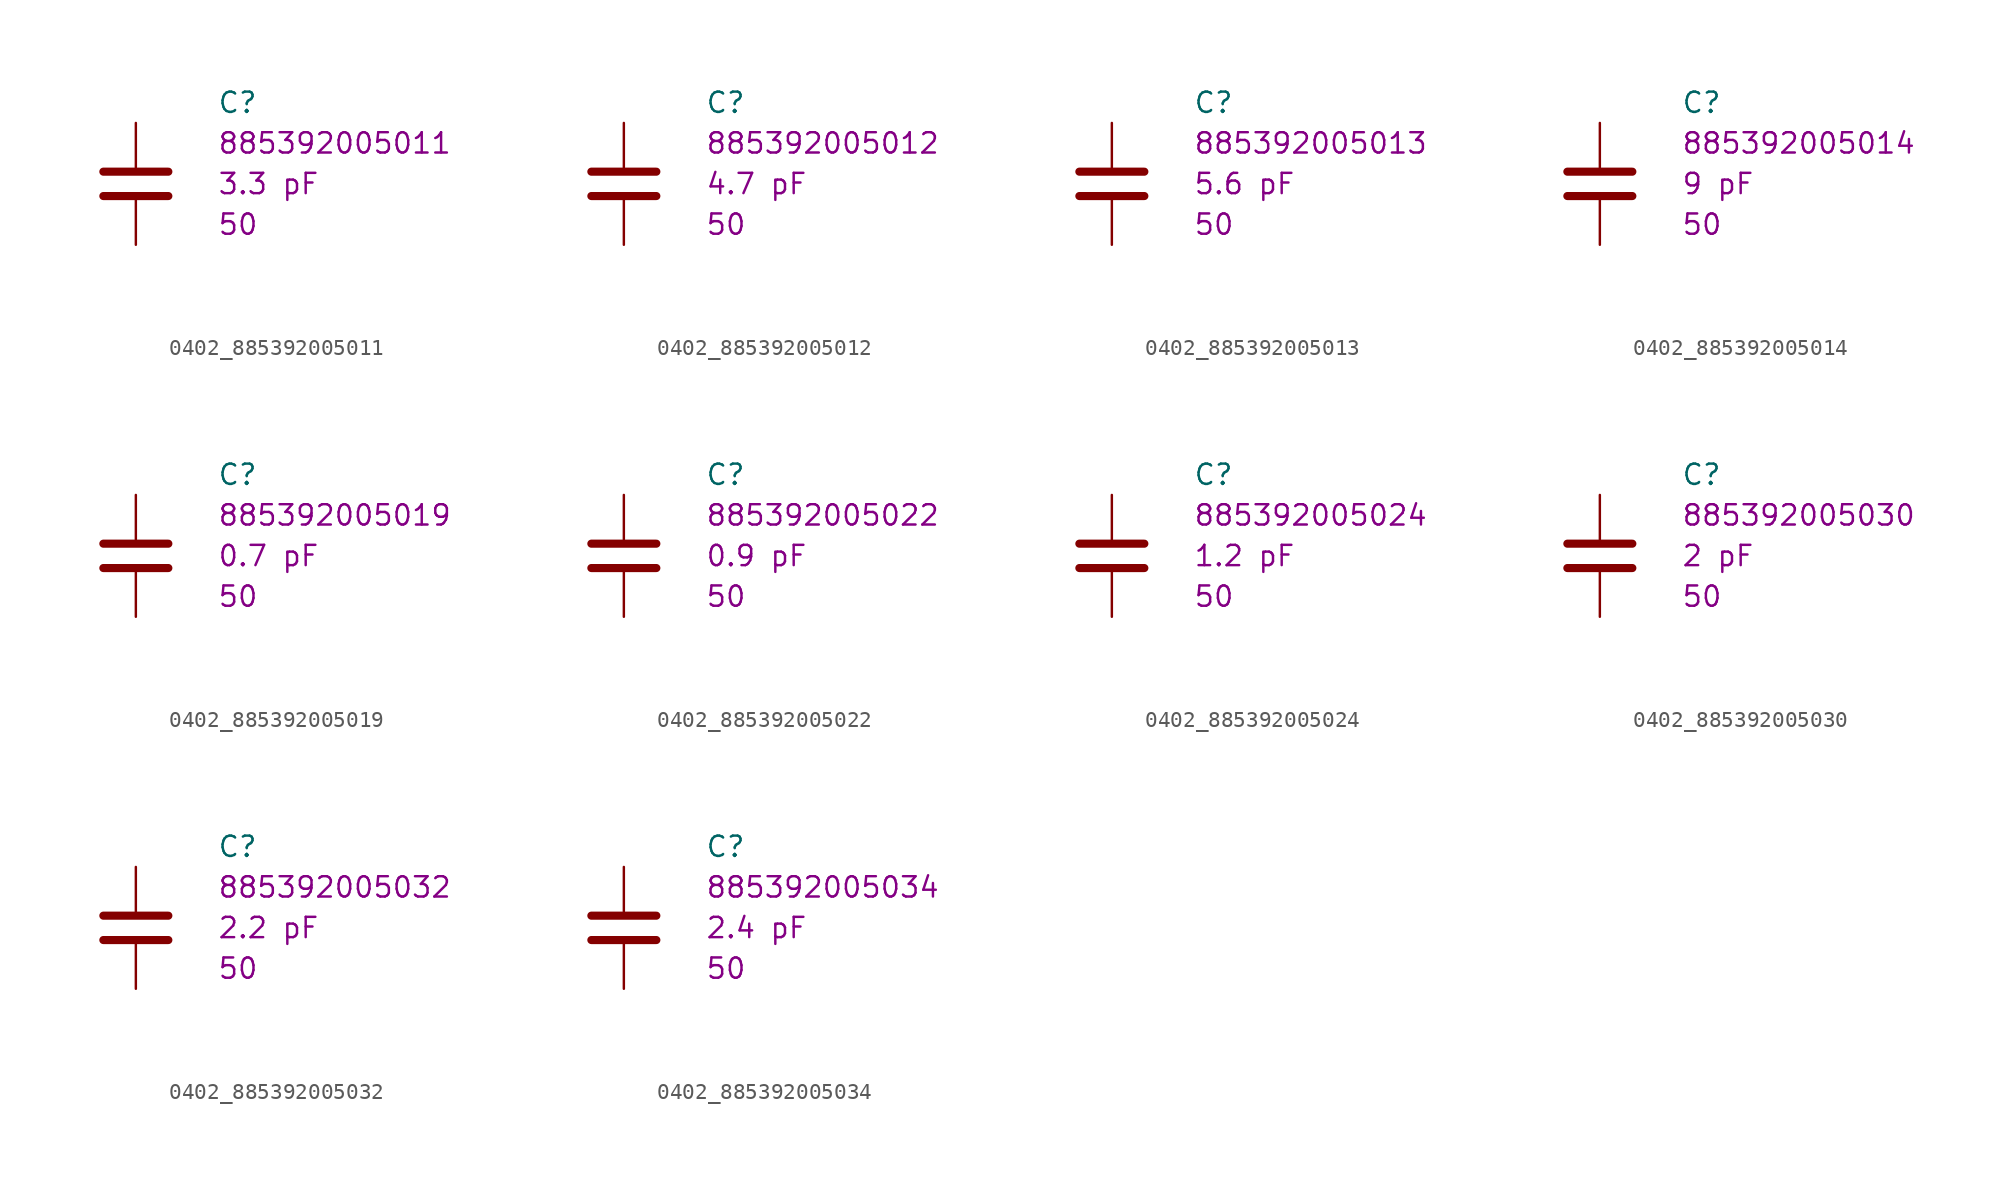
<source format=kicad_sym>
(kicad_symbol_lib
  (version 20220914)
  (generator kicad_symbol_editor)
  (symbol "0402_885392005011"
    (pin_numbers hide)
    (pin_names hide)
    (property "Reference" "C"
      (at 5.08 5.08 0)
      (effects (font (size 1.27 1.27)) (justify left)))
    (property "Part Number" "885392005011"
      (at 5.08 2.54 0)
      (effects (font (size 1.27 1.27)) (justify left)))
    (property "Capacitance" "3.3 pF"
      (at 5.08 0 0)
      (effects (font (size 1.27 1.27)) (justify left)))
    (property "Voltage" "50"
      (at 5.08 -2.54 0)
      (effects (font (size 1.27 1.27)) (justify left)))
    (property "Critical Parameter" ""
      (at 0 -7.62 0)
      (effects (font (size 1.27 1.27))))
    (symbol "0402_885392005011_0_1"
      (polyline (pts (xy -2.032 -0.762) (xy 2.032 -0.762)) (stroke (width 0.508) (type default)) (fill (type none)))
      (polyline (pts (xy -2.032 0.762) (xy 2.032 0.762)) (stroke (width 0.508) (type default)) (fill (type none))))
    (symbol "0402_885392005011_1_1"
      (pin passive line (at 0 3.81 270) (length 2.794) (name "1" (effects (font (size 1.27 1.27)))) (number "1" (effects (font (size 1.27 1.27)))))
      (pin passive line (at 0 -3.81 90) (length 2.794) (name "2" (effects (font (size 1.27 1.27)))) (number "2" (effects (font (size 1.27 1.27)))))))
  (symbol "0402_885392005012"
    (pin_numbers hide)
    (pin_names hide)
    (property "Reference" "C"
      (at 5.08 5.08 0)
      (effects (font (size 1.27 1.27)) (justify left)))
    (property "Part Number" "885392005012"
      (at 5.08 2.54 0)
      (effects (font (size 1.27 1.27)) (justify left)))
    (property "Capacitance" "4.7 pF"
      (at 5.08 0 0)
      (effects (font (size 1.27 1.27)) (justify left)))
    (property "Voltage" "50"
      (at 5.08 -2.54 0)
      (effects (font (size 1.27 1.27)) (justify left)))
    (property "Critical Parameter" ""
      (at 0 -7.62 0)
      (effects (font (size 1.27 1.27))))
    (symbol "0402_885392005012_0_1"
      (polyline (pts (xy -2.032 -0.762) (xy 2.032 -0.762)) (stroke (width 0.508) (type default)) (fill (type none)))
      (polyline (pts (xy -2.032 0.762) (xy 2.032 0.762)) (stroke (width 0.508) (type default)) (fill (type none))))
    (symbol "0402_885392005012_1_1"
      (pin passive line (at 0 3.81 270) (length 2.794) (name "1" (effects (font (size 1.27 1.27)))) (number "1" (effects (font (size 1.27 1.27)))))
      (pin passive line (at 0 -3.81 90) (length 2.794) (name "2" (effects (font (size 1.27 1.27)))) (number "2" (effects (font (size 1.27 1.27)))))))
  (symbol "0402_885392005013"
    (pin_numbers hide)
    (pin_names hide)
    (property "Reference" "C"
      (at 5.08 5.08 0)
      (effects (font (size 1.27 1.27)) (justify left)))
    (property "Part Number" "885392005013"
      (at 5.08 2.54 0)
      (effects (font (size 1.27 1.27)) (justify left)))
    (property "Capacitance" "5.6 pF"
      (at 5.08 0 0)
      (effects (font (size 1.27 1.27)) (justify left)))
    (property "Voltage" "50"
      (at 5.08 -2.54 0)
      (effects (font (size 1.27 1.27)) (justify left)))
    (property "Critical Parameter" ""
      (at 0 -7.62 0)
      (effects (font (size 1.27 1.27))))
    (symbol "0402_885392005013_0_1"
      (polyline (pts (xy -2.032 -0.762) (xy 2.032 -0.762)) (stroke (width 0.508) (type default)) (fill (type none)))
      (polyline (pts (xy -2.032 0.762) (xy 2.032 0.762)) (stroke (width 0.508) (type default)) (fill (type none))))
    (symbol "0402_885392005013_1_1"
      (pin passive line (at 0 3.81 270) (length 2.794) (name "1" (effects (font (size 1.27 1.27)))) (number "1" (effects (font (size 1.27 1.27)))))
      (pin passive line (at 0 -3.81 90) (length 2.794) (name "2" (effects (font (size 1.27 1.27)))) (number "2" (effects (font (size 1.27 1.27)))))))
  (symbol "0402_885392005014"
    (pin_numbers hide)
    (pin_names hide)
    (property "Reference" "C"
      (at 5.08 5.08 0)
      (effects (font (size 1.27 1.27)) (justify left)))
    (property "Part Number" "885392005014"
      (at 5.08 2.54 0)
      (effects (font (size 1.27 1.27)) (justify left)))
    (property "Capacitance" "9 pF"
      (at 5.08 0 0)
      (effects (font (size 1.27 1.27)) (justify left)))
    (property "Voltage" "50"
      (at 5.08 -2.54 0)
      (effects (font (size 1.27 1.27)) (justify left)))
    (property "Critical Parameter" ""
      (at 0 -7.62 0)
      (effects (font (size 1.27 1.27))))
    (symbol "0402_885392005014_0_1"
      (polyline (pts (xy -2.032 -0.762) (xy 2.032 -0.762)) (stroke (width 0.508) (type default)) (fill (type none)))
      (polyline (pts (xy -2.032 0.762) (xy 2.032 0.762)) (stroke (width 0.508) (type default)) (fill (type none))))
    (symbol "0402_885392005014_1_1"
      (pin passive line (at 0 3.81 270) (length 2.794) (name "1" (effects (font (size 1.27 1.27)))) (number "1" (effects (font (size 1.27 1.27)))))
      (pin passive line (at 0 -3.81 90) (length 2.794) (name "2" (effects (font (size 1.27 1.27)))) (number "2" (effects (font (size 1.27 1.27)))))))
  (symbol "0402_885392005019"
    (pin_numbers hide)
    (pin_names hide)
    (property "Reference" "C"
      (at 5.08 5.08 0)
      (effects (font (size 1.27 1.27)) (justify left)))
    (property "Part Number" "885392005019"
      (at 5.08 2.54 0)
      (effects (font (size 1.27 1.27)) (justify left)))
    (property "Capacitance" "0.7 pF"
      (at 5.08 0 0)
      (effects (font (size 1.27 1.27)) (justify left)))
    (property "Voltage" "50"
      (at 5.08 -2.54 0)
      (effects (font (size 1.27 1.27)) (justify left)))
    (property "Critical Parameter" ""
      (at 0 -7.62 0)
      (effects (font (size 1.27 1.27))))
    (symbol "0402_885392005019_0_1"
      (polyline (pts (xy -2.032 -0.762) (xy 2.032 -0.762)) (stroke (width 0.508) (type default)) (fill (type none)))
      (polyline (pts (xy -2.032 0.762) (xy 2.032 0.762)) (stroke (width 0.508) (type default)) (fill (type none))))
    (symbol "0402_885392005019_1_1"
      (pin passive line (at 0 3.81 270) (length 2.794) (name "1" (effects (font (size 1.27 1.27)))) (number "1" (effects (font (size 1.27 1.27)))))
      (pin passive line (at 0 -3.81 90) (length 2.794) (name "2" (effects (font (size 1.27 1.27)))) (number "2" (effects (font (size 1.27 1.27)))))))
  (symbol "0402_885392005022"
    (pin_numbers hide)
    (pin_names hide)
    (property "Reference" "C"
      (at 5.08 5.08 0)
      (effects (font (size 1.27 1.27)) (justify left)))
    (property "Part Number" "885392005022"
      (at 5.08 2.54 0)
      (effects (font (size 1.27 1.27)) (justify left)))
    (property "Capacitance" "0.9 pF"
      (at 5.08 0 0)
      (effects (font (size 1.27 1.27)) (justify left)))
    (property "Voltage" "50"
      (at 5.08 -2.54 0)
      (effects (font (size 1.27 1.27)) (justify left)))
    (property "Critical Parameter" ""
      (at 0 -7.62 0)
      (effects (font (size 1.27 1.27))))
    (symbol "0402_885392005022_0_1"
      (polyline (pts (xy -2.032 -0.762) (xy 2.032 -0.762)) (stroke (width 0.508) (type default)) (fill (type none)))
      (polyline (pts (xy -2.032 0.762) (xy 2.032 0.762)) (stroke (width 0.508) (type default)) (fill (type none))))
    (symbol "0402_885392005022_1_1"
      (pin passive line (at 0 3.81 270) (length 2.794) (name "1" (effects (font (size 1.27 1.27)))) (number "1" (effects (font (size 1.27 1.27)))))
      (pin passive line (at 0 -3.81 90) (length 2.794) (name "2" (effects (font (size 1.27 1.27)))) (number "2" (effects (font (size 1.27 1.27)))))))
  (symbol "0402_885392005024"
    (pin_numbers hide)
    (pin_names hide)
    (property "Reference" "C"
      (at 5.08 5.08 0)
      (effects (font (size 1.27 1.27)) (justify left)))
    (property "Part Number" "885392005024"
      (at 5.08 2.54 0)
      (effects (font (size 1.27 1.27)) (justify left)))
    (property "Capacitance" "1.2 pF"
      (at 5.08 0 0)
      (effects (font (size 1.27 1.27)) (justify left)))
    (property "Voltage" "50"
      (at 5.08 -2.54 0)
      (effects (font (size 1.27 1.27)) (justify left)))
    (property "Critical Parameter" ""
      (at 0 -7.62 0)
      (effects (font (size 1.27 1.27))))
    (symbol "0402_885392005024_0_1"
      (polyline (pts (xy -2.032 -0.762) (xy 2.032 -0.762)) (stroke (width 0.508) (type default)) (fill (type none)))
      (polyline (pts (xy -2.032 0.762) (xy 2.032 0.762)) (stroke (width 0.508) (type default)) (fill (type none))))
    (symbol "0402_885392005024_1_1"
      (pin passive line (at 0 3.81 270) (length 2.794) (name "1" (effects (font (size 1.27 1.27)))) (number "1" (effects (font (size 1.27 1.27)))))
      (pin passive line (at 0 -3.81 90) (length 2.794) (name "2" (effects (font (size 1.27 1.27)))) (number "2" (effects (font (size 1.27 1.27)))))))
  (symbol "0402_885392005030"
    (pin_numbers hide)
    (pin_names hide)
    (property "Reference" "C"
      (at 5.08 5.08 0)
      (effects (font (size 1.27 1.27)) (justify left)))
    (property "Part Number" "885392005030"
      (at 5.08 2.54 0)
      (effects (font (size 1.27 1.27)) (justify left)))
    (property "Capacitance" "2 pF"
      (at 5.08 0 0)
      (effects (font (size 1.27 1.27)) (justify left)))
    (property "Voltage" "50"
      (at 5.08 -2.54 0)
      (effects (font (size 1.27 1.27)) (justify left)))
    (property "Critical Parameter" ""
      (at 0 -7.62 0)
      (effects (font (size 1.27 1.27))))
    (symbol "0402_885392005030_0_1"
      (polyline (pts (xy -2.032 -0.762) (xy 2.032 -0.762)) (stroke (width 0.508) (type default)) (fill (type none)))
      (polyline (pts (xy -2.032 0.762) (xy 2.032 0.762)) (stroke (width 0.508) (type default)) (fill (type none))))
    (symbol "0402_885392005030_1_1"
      (pin passive line (at 0 3.81 270) (length 2.794) (name "1" (effects (font (size 1.27 1.27)))) (number "1" (effects (font (size 1.27 1.27)))))
      (pin passive line (at 0 -3.81 90) (length 2.794) (name "2" (effects (font (size 1.27 1.27)))) (number "2" (effects (font (size 1.27 1.27)))))))
  (symbol "0402_885392005032"
    (pin_numbers hide)
    (pin_names hide)
    (property "Reference" "C"
      (at 5.08 5.08 0)
      (effects (font (size 1.27 1.27)) (justify left)))
    (property "Part Number" "885392005032"
      (at 5.08 2.54 0)
      (effects (font (size 1.27 1.27)) (justify left)))
    (property "Capacitance" "2.2 pF"
      (at 5.08 0 0)
      (effects (font (size 1.27 1.27)) (justify left)))
    (property "Voltage" "50"
      (at 5.08 -2.54 0)
      (effects (font (size 1.27 1.27)) (justify left)))
    (property "Critical Parameter" ""
      (at 0 -7.62 0)
      (effects (font (size 1.27 1.27))))
    (symbol "0402_885392005032_0_1"
      (polyline (pts (xy -2.032 -0.762) (xy 2.032 -0.762)) (stroke (width 0.508) (type default)) (fill (type none)))
      (polyline (pts (xy -2.032 0.762) (xy 2.032 0.762)) (stroke (width 0.508) (type default)) (fill (type none))))
    (symbol "0402_885392005032_1_1"
      (pin passive line (at 0 3.81 270) (length 2.794) (name "1" (effects (font (size 1.27 1.27)))) (number "1" (effects (font (size 1.27 1.27)))))
      (pin passive line (at 0 -3.81 90) (length 2.794) (name "2" (effects (font (size 1.27 1.27)))) (number "2" (effects (font (size 1.27 1.27)))))))
  (symbol "0402_885392005034"
    (pin_numbers hide)
    (pin_names hide)
    (property "Reference" "C"
      (at 5.08 5.08 0)
      (effects (font (size 1.27 1.27)) (justify left)))
    (property "Part Number" "885392005034"
      (at 5.08 2.54 0)
      (effects (font (size 1.27 1.27)) (justify left)))
    (property "Capacitance" "2.4 pF"
      (at 5.08 0 0)
      (effects (font (size 1.27 1.27)) (justify left)))
    (property "Voltage" "50"
      (at 5.08 -2.54 0)
      (effects (font (size 1.27 1.27)) (justify left)))
    (property "Critical Parameter" ""
      (at 0 -7.62 0)
      (effects (font (size 1.27 1.27))))
    (symbol "0402_885392005034_0_1"
      (polyline (pts (xy -2.032 -0.762) (xy 2.032 -0.762)) (stroke (width 0.508) (type default)) (fill (type none)))
      (polyline (pts (xy -2.032 0.762) (xy 2.032 0.762)) (stroke (width 0.508) (type default)) (fill (type none))))
    (symbol "0402_885392005034_1_1"
      (pin passive line (at 0 3.81 270) (length 2.794) (name "1" (effects (font (size 1.27 1.27)))) (number "1" (effects (font (size 1.27 1.27)))))
      (pin passive line (at 0 -3.81 90) (length 2.794) (name "2" (effects (font (size 1.27 1.27)))) (number "2" (effects (font (size 1.27 1.27))))))))
</source>
